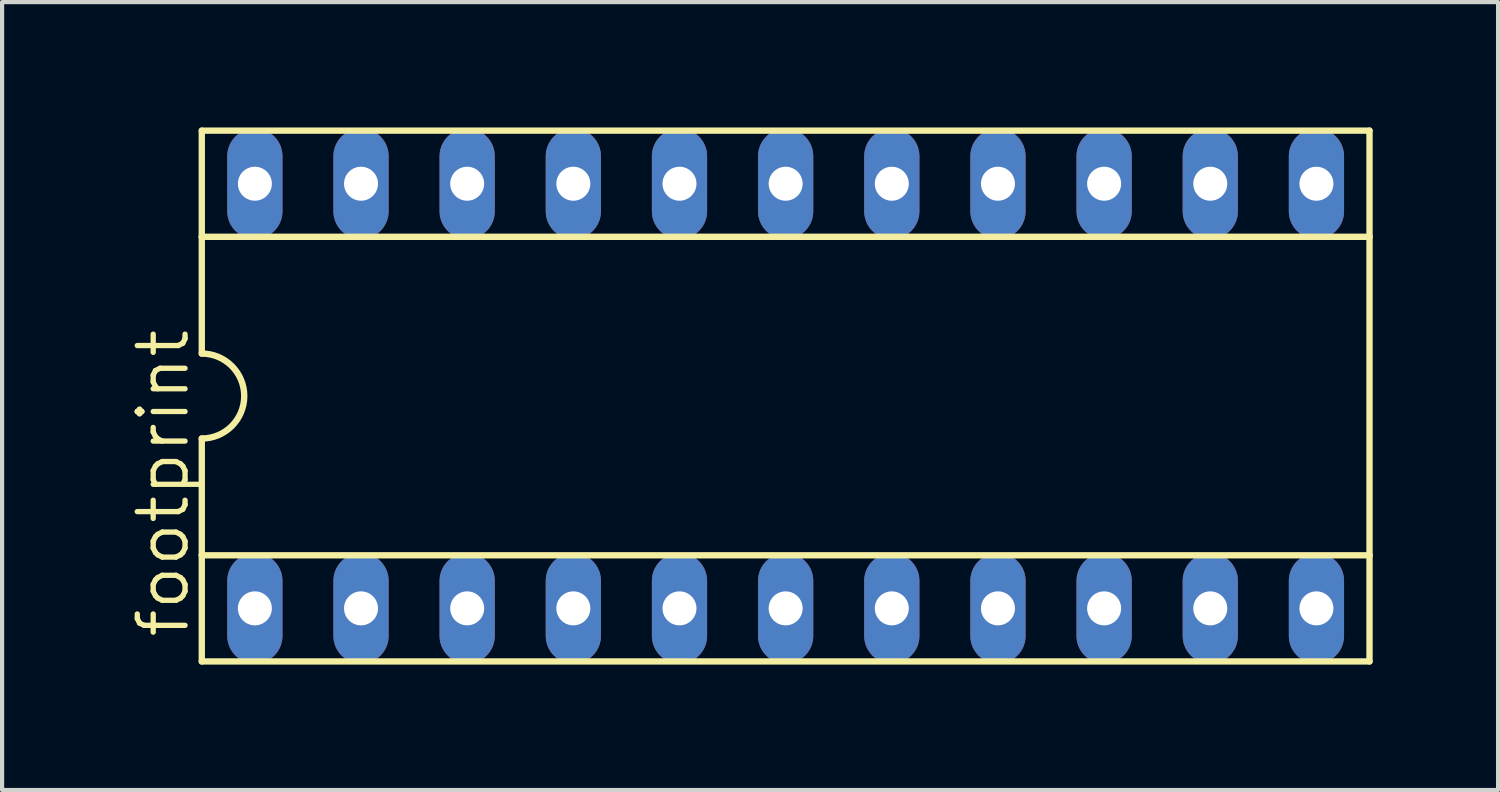
<source format=kicad_pcb>
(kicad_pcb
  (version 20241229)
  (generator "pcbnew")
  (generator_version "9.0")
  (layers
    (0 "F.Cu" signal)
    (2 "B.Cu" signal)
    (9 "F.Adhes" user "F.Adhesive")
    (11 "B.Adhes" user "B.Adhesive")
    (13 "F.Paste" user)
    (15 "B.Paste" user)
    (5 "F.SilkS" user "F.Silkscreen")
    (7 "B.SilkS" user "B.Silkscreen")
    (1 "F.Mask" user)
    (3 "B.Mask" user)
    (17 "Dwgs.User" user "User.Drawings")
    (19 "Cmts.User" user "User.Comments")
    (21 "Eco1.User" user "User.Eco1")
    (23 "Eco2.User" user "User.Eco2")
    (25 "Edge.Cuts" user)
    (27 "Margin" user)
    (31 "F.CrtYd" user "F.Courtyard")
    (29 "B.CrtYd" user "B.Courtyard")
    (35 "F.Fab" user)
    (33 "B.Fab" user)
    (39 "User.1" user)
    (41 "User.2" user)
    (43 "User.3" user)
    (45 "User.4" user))
  (footprint "footprint"
    (layer "F.Cu")
    (at 15.748 6.426)
    (property "Reference" "footprint" (at -14.224 5.842 90) (layer "F.SilkS") (effects (font (size 1.143 1.143) (thickness 0.127)) (justify left bottom)))
    (fp_line (start -13.97 -6.35) (end -13.97 -3.81) (stroke (width 0.152) (type solid)) (layer "F.SilkS"))
    (fp_line (start -13.97 -3.81) (end -13.97 -1.016) (stroke (width 0.152) (type solid)) (layer "F.SilkS"))
    (fp_line (start -13.97 -3.81) (end 13.97 -3.81) (stroke (width 0.152) (type solid)) (layer "F.SilkS"))
    (fp_line (start -13.97 3.81) (end -13.97 1.016) (stroke (width 0.152) (type solid)) (layer "F.SilkS"))
    (fp_line (start -13.97 3.81) (end 13.97 3.81) (stroke (width 0.152) (type solid)) (layer "F.SilkS"))
    (fp_line (start -13.97 6.35) (end -13.97 3.81) (stroke (width 0.152) (type solid)) (layer "F.SilkS"))
    (fp_line (start -13.97 6.35) (end 13.97 6.35) (stroke (width 0.152) (type solid)) (layer "F.SilkS"))
    (fp_line (start 13.97 -6.35) (end -13.97 -6.35) (stroke (width 0.152) (type solid)) (layer "F.SilkS"))
    (fp_line (start 13.97 -6.35) (end 13.97 -3.81) (stroke (width 0.152) (type solid)) (layer "F.SilkS"))
    (fp_line (start 13.97 -3.81) (end 13.97 3.81) (stroke (width 0.152) (type solid)) (layer "F.SilkS"))
    (fp_line (start 13.97 3.81) (end 13.97 6.35) (stroke (width 0.152) (type solid)) (layer "F.SilkS"))
    (fp_arc (start -13.97 -1.016) (mid -12.954 0) (end -13.97 1.016) (stroke (width 0.1524) (type solid)) (layer "F.SilkS"))
    (pad "1" thru_hole oval (at -12.7 5.08 90) (size 2.642 1.321) (drill 0.813) (layers "*.Cu" "*.Mask"))
    (pad "2" thru_hole oval (at -10.16 5.08 90) (size 2.642 1.321) (drill 0.813) (layers "*.Cu" "*.Mask"))
    (pad "3" thru_hole oval (at -7.62 5.08 90) (size 2.642 1.321) (drill 0.813) (layers "*.Cu" "*.Mask"))
    (pad "4" thru_hole oval (at -5.08 5.08 90) (size 2.642 1.321) (drill 0.813) (layers "*.Cu" "*.Mask"))
    (pad "5" thru_hole oval (at -2.54 5.08 90) (size 2.642 1.321) (drill 0.813) (layers "*.Cu" "*.Mask"))
    (pad "6" thru_hole oval (at 0 5.08 90) (size 2.642 1.321) (drill 0.813) (layers "*.Cu" "*.Mask"))
    (pad "7" thru_hole oval (at 2.54 5.08 90) (size 2.642 1.321) (drill 0.813) (layers "*.Cu" "*.Mask"))
    (pad "8" thru_hole oval (at 5.08 5.08 90) (size 2.642 1.321) (drill 0.813) (layers "*.Cu" "*.Mask"))
    (pad "9" thru_hole oval (at 7.62 5.08 90) (size 2.642 1.321) (drill 0.813) (layers "*.Cu" "*.Mask"))
    (pad "10" thru_hole oval (at 10.16 5.08 90) (size 2.642 1.321) (drill 0.813) (layers "*.Cu" "*.Mask"))
    (pad "11" thru_hole oval (at 12.7 5.08 90) (size 2.642 1.321) (drill 0.813) (layers "*.Cu" "*.Mask"))
    (pad "12" thru_hole oval (at 12.7 -5.08 90) (size 2.642 1.321) (drill 0.813) (layers "*.Cu" "*.Mask"))
    (pad "13" thru_hole oval (at 10.16 -5.08 90) (size 2.642 1.321) (drill 0.813) (layers "*.Cu" "*.Mask"))
    (pad "14" thru_hole oval (at 7.62 -5.08 90) (size 2.642 1.321) (drill 0.813) (layers "*.Cu" "*.Mask"))
    (pad "15" thru_hole oval (at 5.08 -5.08 90) (size 2.642 1.321) (drill 0.813) (layers "*.Cu" "*.Mask"))
    (pad "16" thru_hole oval (at 2.54 -5.08 90) (size 2.642 1.321) (drill 0.813) (layers "*.Cu" "*.Mask"))
    (pad "17" thru_hole oval (at 0 -5.08 90) (size 2.642 1.321) (drill 0.813) (layers "*.Cu" "*.Mask"))
    (pad "18" thru_hole oval (at -2.54 -5.08 90) (size 2.642 1.321) (drill 0.813) (layers "*.Cu" "*.Mask"))
    (pad "19" thru_hole oval (at -5.08 -5.08 90) (size 2.642 1.321) (drill 0.813) (layers "*.Cu" "*.Mask"))
    (pad "20" thru_hole oval (at -7.62 -5.08 90) (size 2.642 1.321) (drill 0.813) (layers "*.Cu" "*.Mask"))
    (pad "21" thru_hole oval (at -10.16 -5.08 90) (size 2.642 1.321) (drill 0.813) (layers "*.Cu" "*.Mask"))
    (pad "22" thru_hole oval (at -12.7 -5.08 90) (size 2.642 1.321) (drill 0.813) (layers "*.Cu" "*.Mask")))
  (gr_rect
    (start -3 -3)
    (end 32.794 15.852)
    (stroke (width 0.1) (type default))
    (fill no)
    (layer "Edge.Cuts")))
</source>
